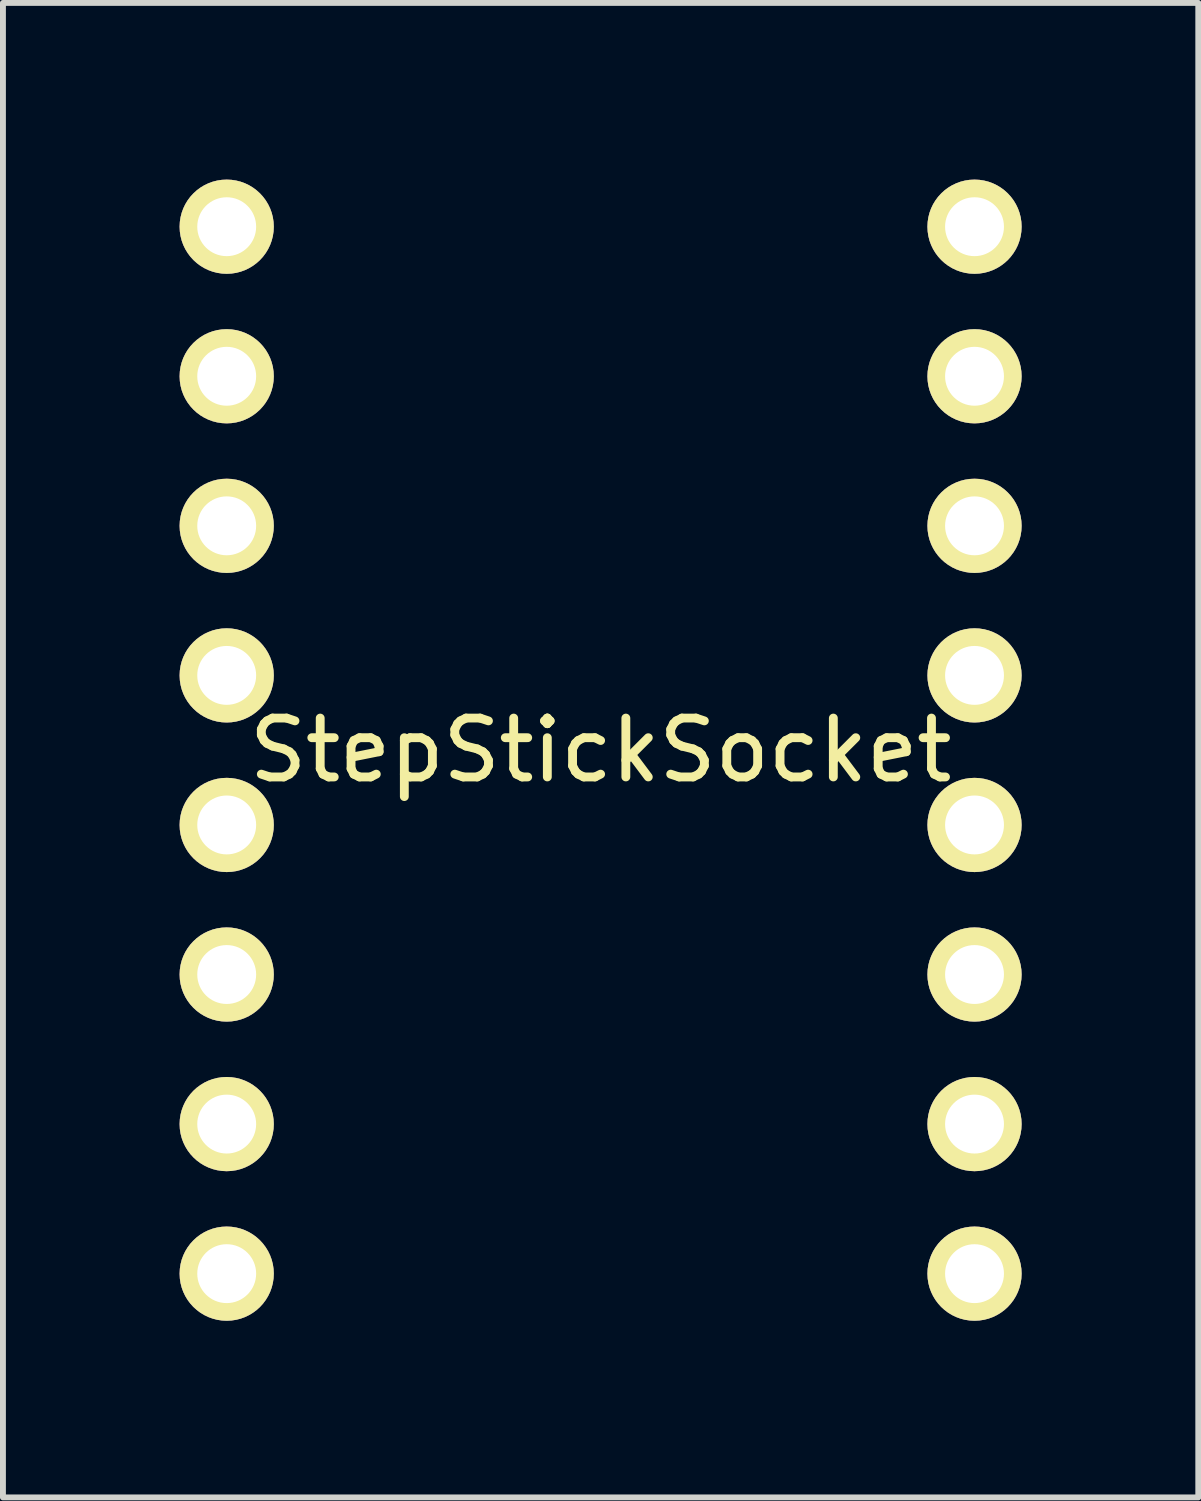
<source format=kicad_pcb>
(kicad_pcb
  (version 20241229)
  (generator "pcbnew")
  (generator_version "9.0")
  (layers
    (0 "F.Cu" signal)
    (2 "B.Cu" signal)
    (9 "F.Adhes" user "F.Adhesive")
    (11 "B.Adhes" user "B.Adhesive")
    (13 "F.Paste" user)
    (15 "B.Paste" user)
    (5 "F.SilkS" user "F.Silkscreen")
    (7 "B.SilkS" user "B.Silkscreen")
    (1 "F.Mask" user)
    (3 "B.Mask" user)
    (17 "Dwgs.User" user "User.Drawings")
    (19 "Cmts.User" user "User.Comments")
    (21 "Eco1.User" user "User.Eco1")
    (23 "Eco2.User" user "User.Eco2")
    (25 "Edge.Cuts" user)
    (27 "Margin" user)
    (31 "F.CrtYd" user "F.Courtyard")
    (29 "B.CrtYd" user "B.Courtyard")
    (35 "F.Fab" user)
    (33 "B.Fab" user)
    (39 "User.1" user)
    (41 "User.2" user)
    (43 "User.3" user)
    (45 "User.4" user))
  (footprint "StepStickSocket"
    (layer "F.Cu")
    (at 7.15 9.69)
    (property "Reference" "StepStickSocket" (at 0 0 0) (layer "F.SilkS") (effects (font (size 1 1) (thickness 0.15))))
    (attr through_hole)
    (pad "1" thru_hole circle (at -6.35 -8.89) (size 1.6 1.6) (drill 1) (layers "*.Cu" "*.Mask" "F.SilkS"))
    (pad "2" thru_hole circle (at -6.35 -6.35) (size 1.6 1.6) (drill 1) (layers "*.Cu" "*.Mask" "F.SilkS"))
    (pad "3" thru_hole circle (at -6.35 -3.81) (size 1.6 1.6) (drill 1) (layers "*.Cu" "*.Mask" "F.SilkS"))
    (pad "4" thru_hole circle (at -6.35 -1.27) (size 1.6 1.6) (drill 1) (layers "*.Cu" "*.Mask" "F.SilkS"))
    (pad "5" thru_hole circle (at -6.35 1.27) (size 1.6 1.6) (drill 1) (layers "*.Cu" "*.Mask" "F.SilkS"))
    (pad "6" thru_hole circle (at -6.35 3.81) (size 1.6 1.6) (drill 1) (layers "*.Cu" "*.Mask" "F.SilkS"))
    (pad "7" thru_hole circle (at -6.35 6.35) (size 1.6 1.6) (drill 1) (layers "*.Cu" "*.Mask" "F.SilkS"))
    (pad "8" thru_hole circle (at -6.35 8.89) (size 1.6 1.6) (drill 1) (layers "*.Cu" "*.Mask" "F.SilkS"))
    (pad "9" thru_hole circle (at 6.35 8.89) (size 1.6 1.6) (drill 1) (layers "*.Cu" "*.Mask" "F.SilkS"))
    (pad "10" thru_hole circle (at 6.35 6.35) (size 1.6 1.6) (drill 1) (layers "*.Cu" "*.Mask" "F.SilkS"))
    (pad "11" thru_hole circle (at 6.35 3.81) (size 1.6 1.6) (drill 1) (layers "*.Cu" "*.Mask" "F.SilkS"))
    (pad "12" thru_hole circle (at 6.35 1.27) (size 1.6 1.6) (drill 1) (layers "*.Cu" "*.Mask" "F.SilkS"))
    (pad "13" thru_hole circle (at 6.35 -1.27) (size 1.6 1.6) (drill 1) (layers "*.Cu" "*.Mask" "F.SilkS"))
    (pad "14" thru_hole circle (at 6.35 -3.81) (size 1.6 1.6) (drill 1) (layers "*.Cu" "*.Mask" "F.SilkS"))
    (pad "15" thru_hole circle (at 6.35 -6.35) (size 1.6 1.6) (drill 1) (layers "*.Cu" "*.Mask" "F.SilkS"))
    (pad "16" thru_hole circle (at 6.35 -8.89) (size 1.6 1.6) (drill 1) (layers "*.Cu" "*.Mask" "F.SilkS")))
  (gr_rect
    (start -3 -3)
    (end 17.3 22.38)
    (stroke (width 0.1) (type default))
    (fill no)
    (layer "Edge.Cuts")))
</source>
